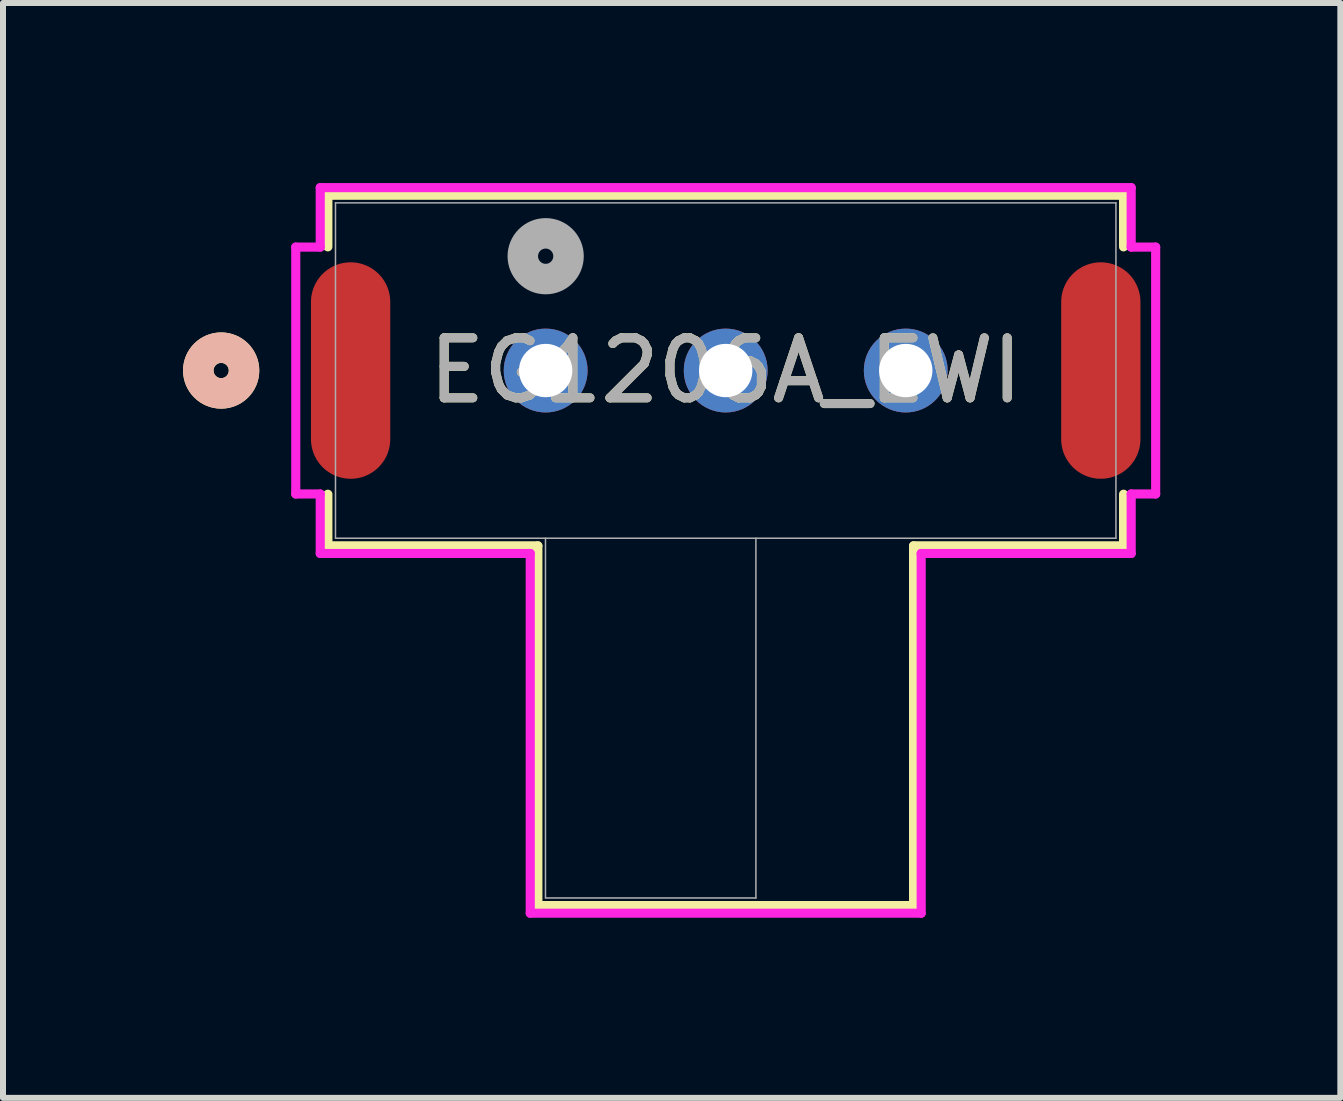
<source format=kicad_pcb>
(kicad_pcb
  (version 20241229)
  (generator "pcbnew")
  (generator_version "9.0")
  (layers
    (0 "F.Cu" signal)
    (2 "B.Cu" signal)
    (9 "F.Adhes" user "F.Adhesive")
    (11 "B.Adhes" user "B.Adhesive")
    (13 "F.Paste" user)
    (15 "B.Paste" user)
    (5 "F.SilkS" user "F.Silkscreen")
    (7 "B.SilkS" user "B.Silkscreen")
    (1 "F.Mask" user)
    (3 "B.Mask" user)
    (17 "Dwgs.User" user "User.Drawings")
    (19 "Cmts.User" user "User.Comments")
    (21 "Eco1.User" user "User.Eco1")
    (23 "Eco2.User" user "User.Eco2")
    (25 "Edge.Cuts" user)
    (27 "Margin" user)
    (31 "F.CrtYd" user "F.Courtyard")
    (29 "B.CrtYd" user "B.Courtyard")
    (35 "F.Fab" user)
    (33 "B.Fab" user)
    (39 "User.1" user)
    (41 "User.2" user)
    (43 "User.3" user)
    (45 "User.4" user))
  (footprint "EG1206A_EWI"
    (layer "F.Cu")
    (at 6.042 3.124)
    (property "Reference" "EG1206A_EWI" (at 3 0 0) (unlocked yes) (layer "F.SilkS") (effects (font (size 1 1) (thickness 0.15))))
    (attr through_hole)
    (fp_line (start -3.629 -2.921) (end -3.629 -2.061) (stroke (width 0.152) (type solid)) (layer "F.SilkS"))
    (fp_line (start -3.629 2.061) (end -3.629 2.921) (stroke (width 0.152) (type solid)) (layer "F.SilkS"))
    (fp_line (start -3.629 2.921) (end -0.13 2.921) (stroke (width 0.152) (type solid)) (layer "F.SilkS"))
    (fp_line (start -0.13 2.921) (end -0.13 8.915) (stroke (width 0.152) (type solid)) (layer "F.SilkS"))
    (fp_line (start -0.13 8.915) (end 6.13 8.915) (stroke (width 0.152) (type solid)) (layer "F.SilkS"))
    (fp_line (start 6.13 2.921) (end 9.629 2.921) (stroke (width 0.152) (type solid)) (layer "F.SilkS"))
    (fp_line (start 6.13 8.915) (end 6.13 2.921) (stroke (width 0.152) (type solid)) (layer "F.SilkS"))
    (fp_line (start 9.629 -2.921) (end -3.629 -2.921) (stroke (width 0.152) (type solid)) (layer "F.SilkS"))
    (fp_line (start 9.629 -2.061) (end 9.629 -2.921) (stroke (width 0.152) (type solid)) (layer "F.SilkS"))
    (fp_line (start 9.629 2.921) (end 9.629 2.061) (stroke (width 0.152) (type solid)) (layer "F.SilkS"))
    (fp_circle (center -5.407 0) (end -5.026 0) (stroke (width 0.508) (type solid)) (fill no) (layer "F.SilkS"))
    (fp_circle (center -5.407 0) (end -5.026 0) (stroke (width 0.508) (type solid)) (fill no) (layer "B.SilkS"))
    (fp_line (start -4.164 -2.057) (end -4.164 2.057) (stroke (width 0.152) (type solid)) (layer "F.CrtYd"))
    (fp_line (start -4.164 2.057) (end -3.756 2.057) (stroke (width 0.152) (type solid)) (layer "F.CrtYd"))
    (fp_line (start -3.756 -3.048) (end -3.756 -2.057) (stroke (width 0.152) (type solid)) (layer "F.CrtYd"))
    (fp_line (start -3.756 -2.057) (end -4.164 -2.057) (stroke (width 0.152) (type solid)) (layer "F.CrtYd"))
    (fp_line (start -3.756 2.057) (end -3.756 3.048) (stroke (width 0.152) (type solid)) (layer "F.CrtYd"))
    (fp_line (start -3.756 3.048) (end -0.257 3.048) (stroke (width 0.152) (type solid)) (layer "F.CrtYd"))
    (fp_line (start -0.257 3.048) (end -0.257 9.042) (stroke (width 0.152) (type solid)) (layer "F.CrtYd"))
    (fp_line (start -0.257 9.042) (end 6.257 9.042) (stroke (width 0.152) (type solid)) (layer "F.CrtYd"))
    (fp_line (start 6.257 3.048) (end 9.756 3.048) (stroke (width 0.152) (type solid)) (layer "F.CrtYd"))
    (fp_line (start 6.257 9.042) (end 6.257 3.048) (stroke (width 0.152) (type solid)) (layer "F.CrtYd"))
    (fp_line (start 9.756 -3.048) (end -3.756 -3.048) (stroke (width 0.152) (type solid)) (layer "F.CrtYd"))
    (fp_line (start 9.756 -2.057) (end 9.756 -3.048) (stroke (width 0.152) (type solid)) (layer "F.CrtYd"))
    (fp_line (start 9.756 2.057) (end 10.164 2.057) (stroke (width 0.152) (type solid)) (layer "F.CrtYd"))
    (fp_line (start 9.756 3.048) (end 9.756 2.057) (stroke (width 0.152) (type solid)) (layer "F.CrtYd"))
    (fp_line (start 10.164 -2.057) (end 9.756 -2.057) (stroke (width 0.152) (type solid)) (layer "F.CrtYd"))
    (fp_line (start 10.164 2.057) (end 10.164 -2.057) (stroke (width 0.152) (type solid)) (layer "F.CrtYd"))
    (fp_line (start -3.502 -2.794) (end -3.502 2.794) (stroke (width 0.025) (type solid)) (layer "F.Fab"))
    (fp_line (start -3.502 2.794) (end 9.502 2.794) (stroke (width 0.025) (type solid)) (layer "F.Fab"))
    (fp_line (start -0.003 2.794) (end -0.003 8.788) (stroke (width 0.025) (type solid)) (layer "F.Fab"))
    (fp_line (start -0.003 8.788) (end 3.503 8.788) (stroke (width 0.025) (type solid)) (layer "F.Fab"))
    (fp_line (start 3.503 8.788) (end 3.503 2.794) (stroke (width 0.025) (type solid)) (layer "F.Fab"))
    (fp_line (start 9.502 -2.794) (end -3.502 -2.794) (stroke (width 0.025) (type solid)) (layer "F.Fab"))
    (fp_line (start 9.502 2.794) (end 9.502 -2.794) (stroke (width 0.025) (type solid)) (layer "F.Fab"))
    (fp_circle (center 0 -1.905) (end 0.381 -1.905) (stroke (width 0.508) (type solid)) (fill no) (layer "F.Fab"))
    (fp_text user "${REFERENCE}" (at 3 0 0) (unlocked yes) (layer "F.Fab") (effects (font (size 1 1) (thickness 0.15))))
    (pad "1" thru_hole circle (at 0 0) (size 1.397 1.397) (drill 0.889) (layers "*.Cu" "*.Mask"))
    (pad "2" thru_hole circle (at 3 0) (size 1.397 1.397) (drill 0.889) (layers "*.Cu" "*.Mask"))
    (pad "3" thru_hole circle (at 6 0) (size 1.397 1.397) (drill 0.889) (layers "*.Cu" "*.Mask"))
    (pad "4" smd oval (at -3.25 0) (size 1.321 3.607) (layers "F.Cu" "F.Mask" "F.Paste"))
    (pad "5" smd oval (at 9.25 0) (size 1.321 3.607) (layers "F.Cu" "F.Mask" "F.Paste")))
  (gr_rect
    (start -3 -3)
    (end 19.283 15.243)
    (stroke (width 0.1) (type default))
    (fill no)
    (layer "Edge.Cuts")))
</source>
